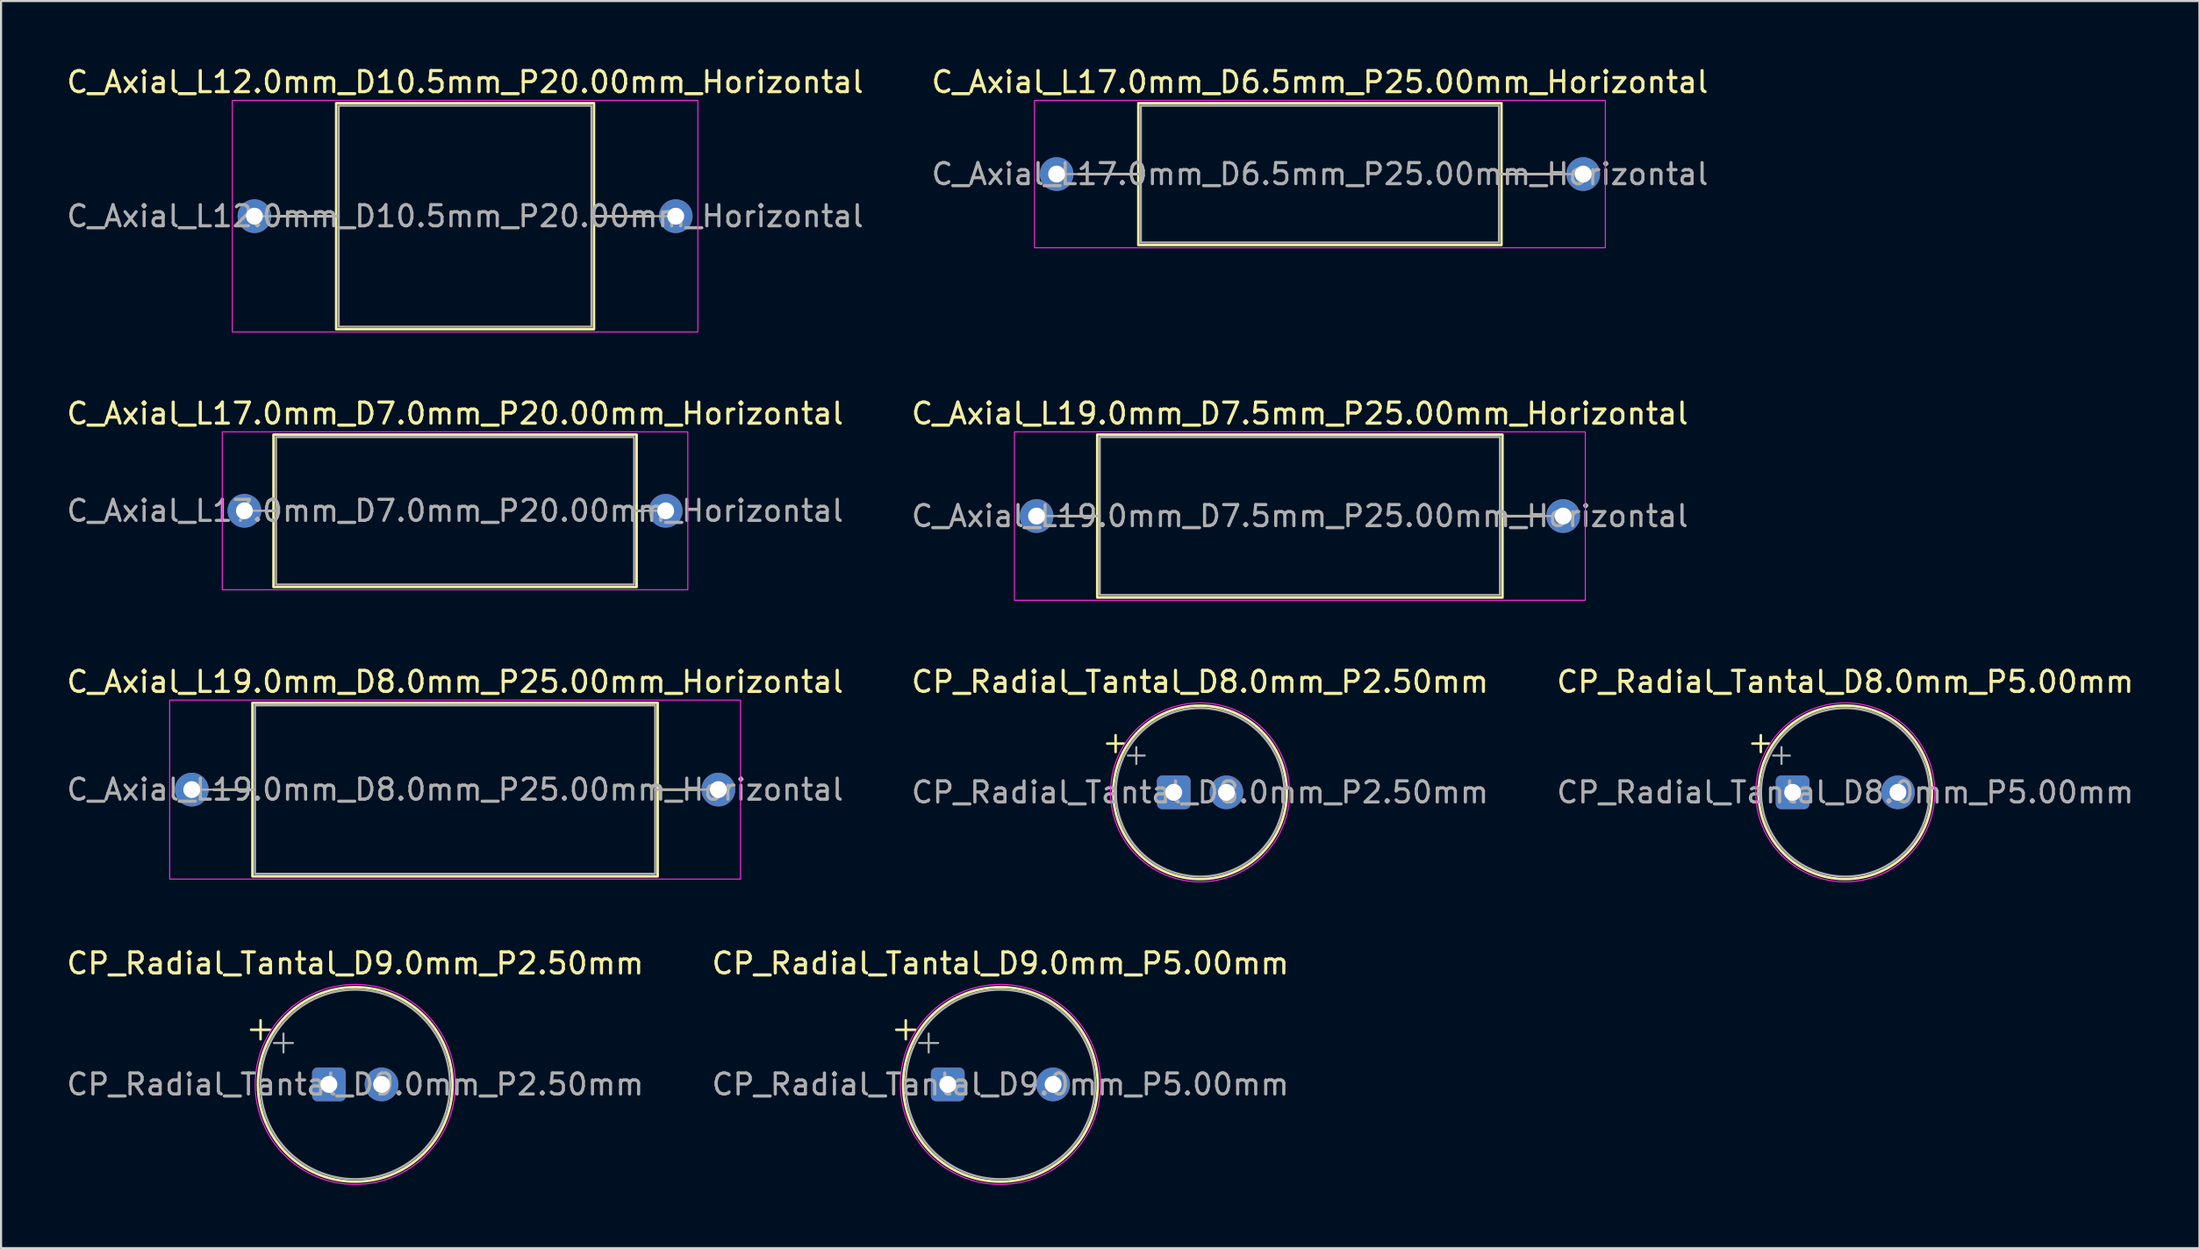
<source format=kicad_pcb>
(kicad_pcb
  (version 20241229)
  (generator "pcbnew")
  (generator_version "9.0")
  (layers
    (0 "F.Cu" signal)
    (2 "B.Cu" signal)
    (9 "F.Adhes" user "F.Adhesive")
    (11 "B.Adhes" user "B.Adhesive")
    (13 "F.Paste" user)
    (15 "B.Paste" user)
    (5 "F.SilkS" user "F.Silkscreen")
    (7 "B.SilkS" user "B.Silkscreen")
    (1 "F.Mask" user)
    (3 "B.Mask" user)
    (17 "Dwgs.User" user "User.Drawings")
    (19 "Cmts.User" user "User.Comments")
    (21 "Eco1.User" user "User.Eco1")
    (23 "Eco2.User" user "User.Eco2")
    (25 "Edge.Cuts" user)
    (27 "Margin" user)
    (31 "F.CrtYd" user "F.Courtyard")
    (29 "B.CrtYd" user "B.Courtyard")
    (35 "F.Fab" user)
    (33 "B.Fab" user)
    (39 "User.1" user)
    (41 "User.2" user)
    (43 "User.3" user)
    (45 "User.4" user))
  (footprint "C_Axial_L19.0mm_D8.0mm_P25.00mm_Horizontal"
    (layer "F.Cu")
    (at 6.054 34.455)
    (property "Reference" "C_Axial_L19.0mm_D8.0mm_P25.00mm_Horizontal" (at 12.5 -5.12 0) (layer "F.SilkS") (effects (font (size 1 1) (thickness 0.15))))
    (attr through_hole)
    (fp_line (start 1.04 0) (end 2.88 0) (stroke (width 0.12) (type solid)) (layer "F.SilkS"))
    (fp_line (start 23.96 0) (end 22.12 0) (stroke (width 0.12) (type solid)) (layer "F.SilkS"))
    (fp_rect (start 2.88 -4.12) (end 22.12 4.12) (stroke (width 0.12) (type solid)) (fill no) (layer "F.SilkS"))
    (fp_rect (start -1.05 -4.25) (end 26.05 4.25) (stroke (width 0.05) (type solid)) (fill no) (layer "F.CrtYd"))
    (fp_line (start 0 0) (end 3 0) (stroke (width 0.1) (type solid)) (layer "F.Fab"))
    (fp_line (start 25 0) (end 22 0) (stroke (width 0.1) (type solid)) (layer "F.Fab"))
    (fp_rect (start 3 -4) (end 22 4) (stroke (width 0.1) (type solid)) (fill no) (layer "F.Fab"))
    (fp_text user "${REFERENCE}" (at 12.5 0 0) (layer "F.Fab") (effects (font (size 1 1) (thickness 0.15))))
    (pad "1" thru_hole circle (at 0 0) (size 1.6 1.6) (drill 0.8) (layers "*.Cu" "*.Mask"))
    (pad "2" thru_hole circle (at 25 0) (size 1.6 1.6) (drill 0.8) (layers "*.Cu" "*.Mask")))
  (footprint "CP_Radial_Tantal_D8.0mm_P5.00mm"
    (layer "F.Cu")
    (at 82.054 34.585)
    (property "Reference" "CP_Radial_Tantal_D8.0mm_P5.00mm" (at 2.5 -5.25 0) (layer "F.SilkS") (effects (font (size 1 1) (thickness 0.15))))
    (attr through_hole)
    (fp_line (start -1.91 -2.315) (end -1.11 -2.315) (stroke (width 0.12) (type solid)) (layer "F.SilkS"))
    (fp_line (start -1.51 -2.715) (end -1.51 -1.915) (stroke (width 0.12) (type solid)) (layer "F.SilkS"))
    (fp_circle (center 2.5 0) (end 6.62 0) (stroke (width 0.12) (type solid)) (fill no) (layer "F.SilkS"))
    (fp_circle (center 2.5 0) (end 6.75 0) (stroke (width 0.05) (type solid)) (fill no) (layer "F.CrtYd"))
    (fp_line (start -0.927 -1.748) (end -0.127 -1.748) (stroke (width 0.1) (type solid)) (layer "F.Fab"))
    (fp_line (start -0.527 -2.147) (end -0.527 -1.347) (stroke (width 0.1) (type solid)) (layer "F.Fab"))
    (fp_circle (center 2.5 0) (end 6.5 0) (stroke (width 0.1) (type solid)) (fill no) (layer "F.Fab"))
    (fp_text user "${REFERENCE}" (at 2.5 0 0) (layer "F.Fab") (effects (font (size 1 1) (thickness 0.15))))
    (pad "1" thru_hole roundrect (at 0 0) (size 1.6 1.6) (drill 0.8) (layers "*.Cu" "*.Mask") (roundrect_rratio 0.156))
    (pad "2" thru_hole circle (at 5 0) (size 1.6 1.6) (drill 0.8) (layers "*.Cu" "*.Mask")))
  (footprint "CP_Radial_Tantal_D9.0mm_P2.50mm"
    (layer "F.Cu")
    (at 12.565 48.458)
    (property "Reference" "CP_Radial_Tantal_D9.0mm_P2.50mm" (at 1.25 -5.75 0) (layer "F.SilkS") (effects (font (size 1 1) (thickness 0.15))))
    (attr through_hole)
    (fp_line (start -3.695 -2.595) (end -2.795 -2.595) (stroke (width 0.12) (type solid)) (layer "F.SilkS"))
    (fp_line (start -3.245 -3.045) (end -3.245 -2.145) (stroke (width 0.12) (type solid)) (layer "F.SilkS"))
    (fp_circle (center 1.25 0) (end 5.87 0) (stroke (width 0.12) (type solid)) (fill no) (layer "F.SilkS"))
    (fp_circle (center 1.25 0) (end 6 0) (stroke (width 0.05) (type solid)) (fill no) (layer "F.CrtYd"))
    (fp_line (start -2.608 -1.968) (end -1.708 -1.968) (stroke (width 0.1) (type solid)) (layer "F.Fab"))
    (fp_line (start -2.158 -2.417) (end -2.158 -1.518) (stroke (width 0.1) (type solid)) (layer "F.Fab"))
    (fp_circle (center 1.25 0) (end 5.75 0) (stroke (width 0.1) (type solid)) (fill no) (layer "F.Fab"))
    (fp_text user "${REFERENCE}" (at 1.25 0 0) (layer "F.Fab") (effects (font (size 1 1) (thickness 0.15))))
    (pad "1" thru_hole roundrect (at 0 0) (size 1.6 1.6) (drill 0.8) (layers "*.Cu" "*.Mask") (roundrect_rratio 0.156))
    (pad "2" thru_hole circle (at 2.5 0) (size 1.6 1.6) (drill 0.8) (layers "*.Cu" "*.Mask")))
  (footprint "CP_Radial_Tantal_D8.0mm_P2.50mm"
    (layer "F.Cu")
    (at 52.673 34.585)
    (property "Reference" "CP_Radial_Tantal_D8.0mm_P2.50mm" (at 1.25 -5.25 0) (layer "F.SilkS") (effects (font (size 1 1) (thickness 0.15))))
    (attr through_hole)
    (fp_line (start -3.16 -2.315) (end -2.36 -2.315) (stroke (width 0.12) (type solid)) (layer "F.SilkS"))
    (fp_line (start -2.76 -2.715) (end -2.76 -1.915) (stroke (width 0.12) (type solid)) (layer "F.SilkS"))
    (fp_circle (center 1.25 0) (end 5.37 0) (stroke (width 0.12) (type solid)) (fill no) (layer "F.SilkS"))
    (fp_circle (center 1.25 0) (end 5.5 0) (stroke (width 0.05) (type solid)) (fill no) (layer "F.CrtYd"))
    (fp_line (start -2.177 -1.748) (end -1.377 -1.748) (stroke (width 0.1) (type solid)) (layer "F.Fab"))
    (fp_line (start -1.777 -2.147) (end -1.777 -1.347) (stroke (width 0.1) (type solid)) (layer "F.Fab"))
    (fp_circle (center 1.25 0) (end 5.25 0) (stroke (width 0.1) (type solid)) (fill no) (layer "F.Fab"))
    (fp_text user "${REFERENCE}" (at 1.25 0 0) (layer "F.Fab") (effects (font (size 1 1) (thickness 0.15))))
    (pad "1" thru_hole roundrect (at 0 0) (size 1.6 1.6) (drill 0.8) (layers "*.Cu" "*.Mask") (roundrect_rratio 0.156))
    (pad "2" thru_hole circle (at 2.5 0) (size 1.6 1.6) (drill 0.8) (layers "*.Cu" "*.Mask")))
  (footprint "C_Axial_L19.0mm_D7.5mm_P25.00mm_Horizontal"
    (layer "F.Cu")
    (at 46.161 21.462)
    (property "Reference" "C_Axial_L19.0mm_D7.5mm_P25.00mm_Horizontal" (at 12.5 -4.87 0) (layer "F.SilkS") (effects (font (size 1 1) (thickness 0.15))))
    (attr through_hole)
    (fp_line (start 1.04 0) (end 2.88 0) (stroke (width 0.12) (type solid)) (layer "F.SilkS"))
    (fp_line (start 23.96 0) (end 22.12 0) (stroke (width 0.12) (type solid)) (layer "F.SilkS"))
    (fp_rect (start 2.88 -3.87) (end 22.12 3.87) (stroke (width 0.12) (type solid)) (fill no) (layer "F.SilkS"))
    (fp_rect (start -1.05 -4) (end 26.05 4) (stroke (width 0.05) (type solid)) (fill no) (layer "F.CrtYd"))
    (fp_line (start 0 0) (end 3 0) (stroke (width 0.1) (type solid)) (layer "F.Fab"))
    (fp_line (start 25 0) (end 22 0) (stroke (width 0.1) (type solid)) (layer "F.Fab"))
    (fp_rect (start 3 -3.75) (end 22 3.75) (stroke (width 0.1) (type solid)) (fill no) (layer "F.Fab"))
    (fp_text user "${REFERENCE}" (at 12.5 0 0) (layer "F.Fab") (effects (font (size 1 1) (thickness 0.15))))
    (pad "1" thru_hole circle (at 0 0) (size 1.6 1.6) (drill 0.8) (layers "*.Cu" "*.Mask"))
    (pad "2" thru_hole circle (at 25 0) (size 1.6 1.6) (drill 0.8) (layers "*.Cu" "*.Mask")))
  (footprint "C_Axial_L17.0mm_D7.0mm_P20.00mm_Horizontal"
    (layer "F.Cu")
    (at 8.554 21.212)
    (property "Reference" "C_Axial_L17.0mm_D7.0mm_P20.00mm_Horizontal" (at 10 -4.62 0) (layer "F.SilkS") (effects (font (size 1 1) (thickness 0.15))))
    (attr through_hole)
    (fp_line (start 1.04 0) (end 1.38 0) (stroke (width 0.12) (type solid)) (layer "F.SilkS"))
    (fp_line (start 18.96 0) (end 18.62 0) (stroke (width 0.12) (type solid)) (layer "F.SilkS"))
    (fp_rect (start 1.38 -3.62) (end 18.62 3.62) (stroke (width 0.12) (type solid)) (fill no) (layer "F.SilkS"))
    (fp_rect (start -1.05 -3.75) (end 21.05 3.75) (stroke (width 0.05) (type solid)) (fill no) (layer "F.CrtYd"))
    (fp_line (start 0 0) (end 1.5 0) (stroke (width 0.1) (type solid)) (layer "F.Fab"))
    (fp_line (start 20 0) (end 18.5 0) (stroke (width 0.1) (type solid)) (layer "F.Fab"))
    (fp_rect (start 1.5 -3.5) (end 18.5 3.5) (stroke (width 0.1) (type solid)) (fill no) (layer "F.Fab"))
    (fp_text user "${REFERENCE}" (at 10 0 0) (layer "F.Fab") (effects (font (size 1 1) (thickness 0.15))))
    (pad "1" thru_hole circle (at 0 0) (size 1.6 1.6) (drill 0.8) (layers "*.Cu" "*.Mask"))
    (pad "2" thru_hole circle (at 20 0) (size 1.6 1.6) (drill 0.8) (layers "*.Cu" "*.Mask")))
  (footprint "CP_Radial_Tantal_D9.0mm_P5.00mm"
    (layer "F.Cu")
    (at 41.946 48.458)
    (property "Reference" "CP_Radial_Tantal_D9.0mm_P5.00mm" (at 2.5 -5.75 0) (layer "F.SilkS") (effects (font (size 1 1) (thickness 0.15))))
    (attr through_hole)
    (fp_line (start -2.445 -2.595) (end -1.545 -2.595) (stroke (width 0.12) (type solid)) (layer "F.SilkS"))
    (fp_line (start -1.995 -3.045) (end -1.995 -2.145) (stroke (width 0.12) (type solid)) (layer "F.SilkS"))
    (fp_circle (center 2.5 0) (end 7.12 0) (stroke (width 0.12) (type solid)) (fill no) (layer "F.SilkS"))
    (fp_circle (center 2.5 0) (end 7.25 0) (stroke (width 0.05) (type solid)) (fill no) (layer "F.CrtYd"))
    (fp_line (start -1.358 -1.968) (end -0.458 -1.968) (stroke (width 0.1) (type solid)) (layer "F.Fab"))
    (fp_line (start -0.908 -2.417) (end -0.908 -1.518) (stroke (width 0.1) (type solid)) (layer "F.Fab"))
    (fp_circle (center 2.5 0) (end 7 0) (stroke (width 0.1) (type solid)) (fill no) (layer "F.Fab"))
    (fp_text user "${REFERENCE}" (at 2.5 0 0) (layer "F.Fab") (effects (font (size 1 1) (thickness 0.15))))
    (pad "1" thru_hole roundrect (at 0 0) (size 1.6 1.6) (drill 0.8) (layers "*.Cu" "*.Mask") (roundrect_rratio 0.156))
    (pad "2" thru_hole circle (at 5 0) (size 1.6 1.6) (drill 0.8) (layers "*.Cu" "*.Mask")))
  (footprint "C_Axial_L17.0mm_D6.5mm_P25.00mm_Horizontal"
    (layer "F.Cu")
    (at 47.113 5.218)
    (property "Reference" "C_Axial_L17.0mm_D6.5mm_P25.00mm_Horizontal" (at 12.5 -4.37 0) (layer "F.SilkS") (effects (font (size 1 1) (thickness 0.15))))
    (attr through_hole)
    (fp_line (start 1.04 0) (end 3.88 0) (stroke (width 0.12) (type solid)) (layer "F.SilkS"))
    (fp_line (start 23.96 0) (end 21.12 0) (stroke (width 0.12) (type solid)) (layer "F.SilkS"))
    (fp_rect (start 3.88 -3.37) (end 21.12 3.37) (stroke (width 0.12) (type solid)) (fill no) (layer "F.SilkS"))
    (fp_rect (start -1.05 -3.5) (end 26.05 3.5) (stroke (width 0.05) (type solid)) (fill no) (layer "F.CrtYd"))
    (fp_line (start 0 0) (end 4 0) (stroke (width 0.1) (type solid)) (layer "F.Fab"))
    (fp_line (start 25 0) (end 21 0) (stroke (width 0.1) (type solid)) (layer "F.Fab"))
    (fp_rect (start 4 -3.25) (end 21 3.25) (stroke (width 0.1) (type solid)) (fill no) (layer "F.Fab"))
    (fp_text user "${REFERENCE}" (at 12.5 0 0) (layer "F.Fab") (effects (font (size 1 1) (thickness 0.15))))
    (pad "1" thru_hole circle (at 0 0) (size 1.6 1.6) (drill 0.8) (layers "*.Cu" "*.Mask"))
    (pad "2" thru_hole circle (at 25 0) (size 1.6 1.6) (drill 0.8) (layers "*.Cu" "*.Mask")))
  (footprint "C_Axial_L12.0mm_D10.5mm_P20.00mm_Horizontal"
    (layer "F.Cu")
    (at 9.03 7.218)
    (property "Reference" "C_Axial_L12.0mm_D10.5mm_P20.00mm_Horizontal" (at 10 -6.37 0) (layer "F.SilkS") (effects (font (size 1 1) (thickness 0.15))))
    (attr through_hole)
    (fp_line (start 1.04 0) (end 3.88 0) (stroke (width 0.12) (type solid)) (layer "F.SilkS"))
    (fp_line (start 18.96 0) (end 16.12 0) (stroke (width 0.12) (type solid)) (layer "F.SilkS"))
    (fp_rect (start 3.88 -5.37) (end 16.12 5.37) (stroke (width 0.12) (type solid)) (fill no) (layer "F.SilkS"))
    (fp_rect (start -1.05 -5.5) (end 21.05 5.5) (stroke (width 0.05) (type solid)) (fill no) (layer "F.CrtYd"))
    (fp_line (start 0 0) (end 4 0) (stroke (width 0.1) (type solid)) (layer "F.Fab"))
    (fp_line (start 20 0) (end 16 0) (stroke (width 0.1) (type solid)) (layer "F.Fab"))
    (fp_rect (start 4 -5.25) (end 16 5.25) (stroke (width 0.1) (type solid)) (fill no) (layer "F.Fab"))
    (fp_text user "${REFERENCE}" (at 10 0 0) (layer "F.Fab") (effects (font (size 1 1) (thickness 0.15))))
    (pad "1" thru_hole circle (at 0 0) (size 1.6 1.6) (drill 0.8) (layers "*.Cu" "*.Mask"))
    (pad "2" thru_hole circle (at 20 0) (size 1.6 1.6) (drill 0.8) (layers "*.Cu" "*.Mask")))
  (gr_rect
    (start -3 -3)
    (end 101.369 56.233)
    (stroke (width 0.1) (type default))
    (fill no)
    (layer "Edge.Cuts")))
</source>
